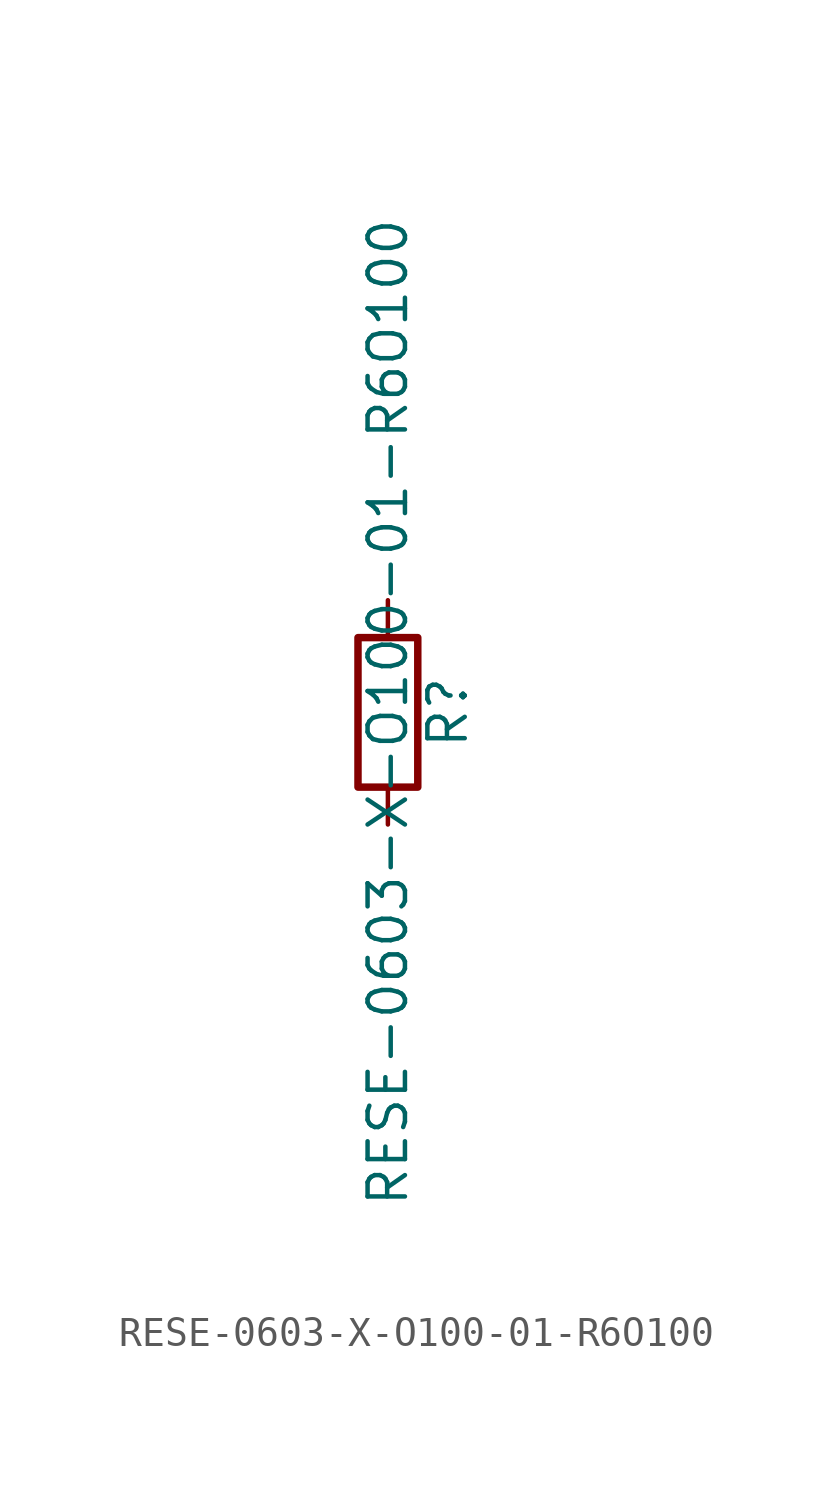
<source format=kicad_sym>
(kicad_symbol_lib
  (version 20211014)
  (generator kicad_symbol_editor)
  (symbol "RESE-0603-X-O100-01-R6O100"
    (pin_numbers hide)
    (pin_names
      (offset 0))
    (property "Reference" "R"
      (at 2.032 0 90)
      (effects (font (size 1.27 1.27))))
    (property "Value" "RESE-0603-X-O100-01-R6O100"
      (at 0 0 90)
      (effects (font (size 1.27 1.27))))
    (symbol "RESE-0603-X-O100-01-R6O100_0_1"
      (rectangle (start -1.016 -2.54) (end 1.016 2.54) (stroke (width 0.254) (type default) (color 0 0 0 0)) (fill (type none))))
    (symbol "RESE-0603-X-O100-01-R6O100_1_1"
      (pin passive line (at 0 3.81 270) (length 1.27) (name "~" (effects (font (size 1.27 1.27)))) (number "1" (effects (font (size 1.27 1.27)))))
      (pin passive line (at 0 -3.81 90) (length 1.27) (name "~" (effects (font (size 1.27 1.27)))) (number "2" (effects (font (size 1.27 1.27))))))))
</source>
